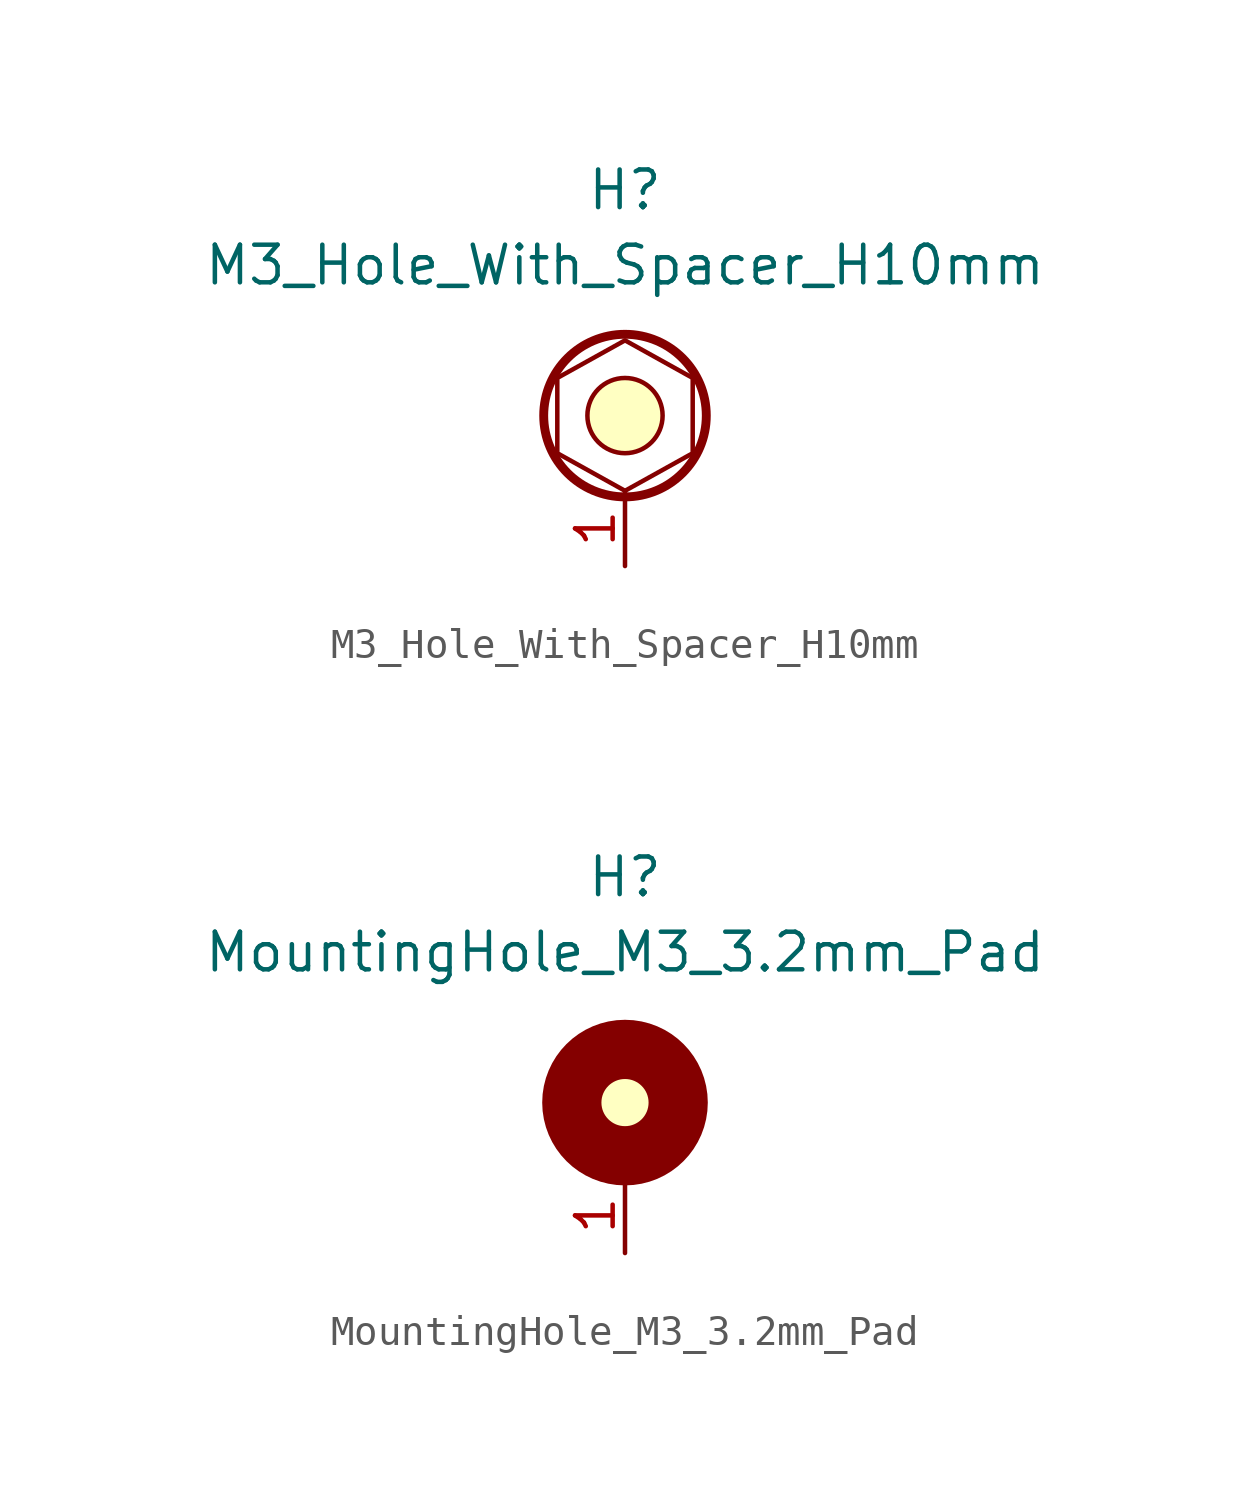
<source format=kicad_sym>
(kicad_symbol_lib
  (version 20220914)
  (generator kicad_symbol_editor)
  (symbol "M3_Hole_With_Spacer_H10mm"
    (property "Reference" "H"
      (at 0 7.62 0)
      (effects (font (size 1.27 1.27))))
    (property "Value" "M3_Hole_With_Spacer_H10mm"
      (at 0 5.08 0)
      (effects (font (size 1.27 1.27))))
    (symbol "M3_Hole_With_Spacer_H10mm_0_1"
      (polyline (pts (xy -2.286 1.27) (xy -2.286 -1.27) (xy 0 -2.54) (xy 2.286 -1.27) (xy 2.286 1.27) (xy 0 2.54) (xy -2.286 1.27)) (stroke (width 0) (type default)) (fill (type none)))
      (circle (center 0 0) (radius 1.27) (stroke (width 0) (type default)) (fill (type background)))
      (circle (center 0 0) (radius 2.745) (stroke (width 0.3) (type default)) (fill (type none))))
    (symbol "M3_Hole_With_Spacer_H10mm_1_1"
      (pin passive line (at 0 -5.08 90) (length 2.54) (name "" (effects (font (size 1.27 1.27)))) (number "1" (effects (font (size 1.27 1.27)))))))
  (symbol "MountingHole_M3_3.2mm_Pad"
    (property "Reference" "H"
      (at 0 7.62 0)
      (effects (font (size 1.27 1.27))))
    (property "Value" "MountingHole_M3_3.2mm_Pad"
      (at 0 5.08 0)
      (effects (font (size 1.27 1.27))))
    (symbol "MountingHole_M3_3.2mm_Pad_0_1"
      (circle (center 0 0) (radius 1.27) (stroke (width 0) (type default)) (fill (type background)))
      (circle (center 0 0) (radius 1.796) (stroke (width 2) (type default)) (fill (type none))))
    (symbol "MountingHole_M3_3.2mm_Pad_1_1"
      (pin passive line (at 0 -5.08 90) (length 2.54) (name "" (effects (font (size 1.27 1.27)))) (number "1" (effects (font (size 1.27 1.27))))))))
</source>
